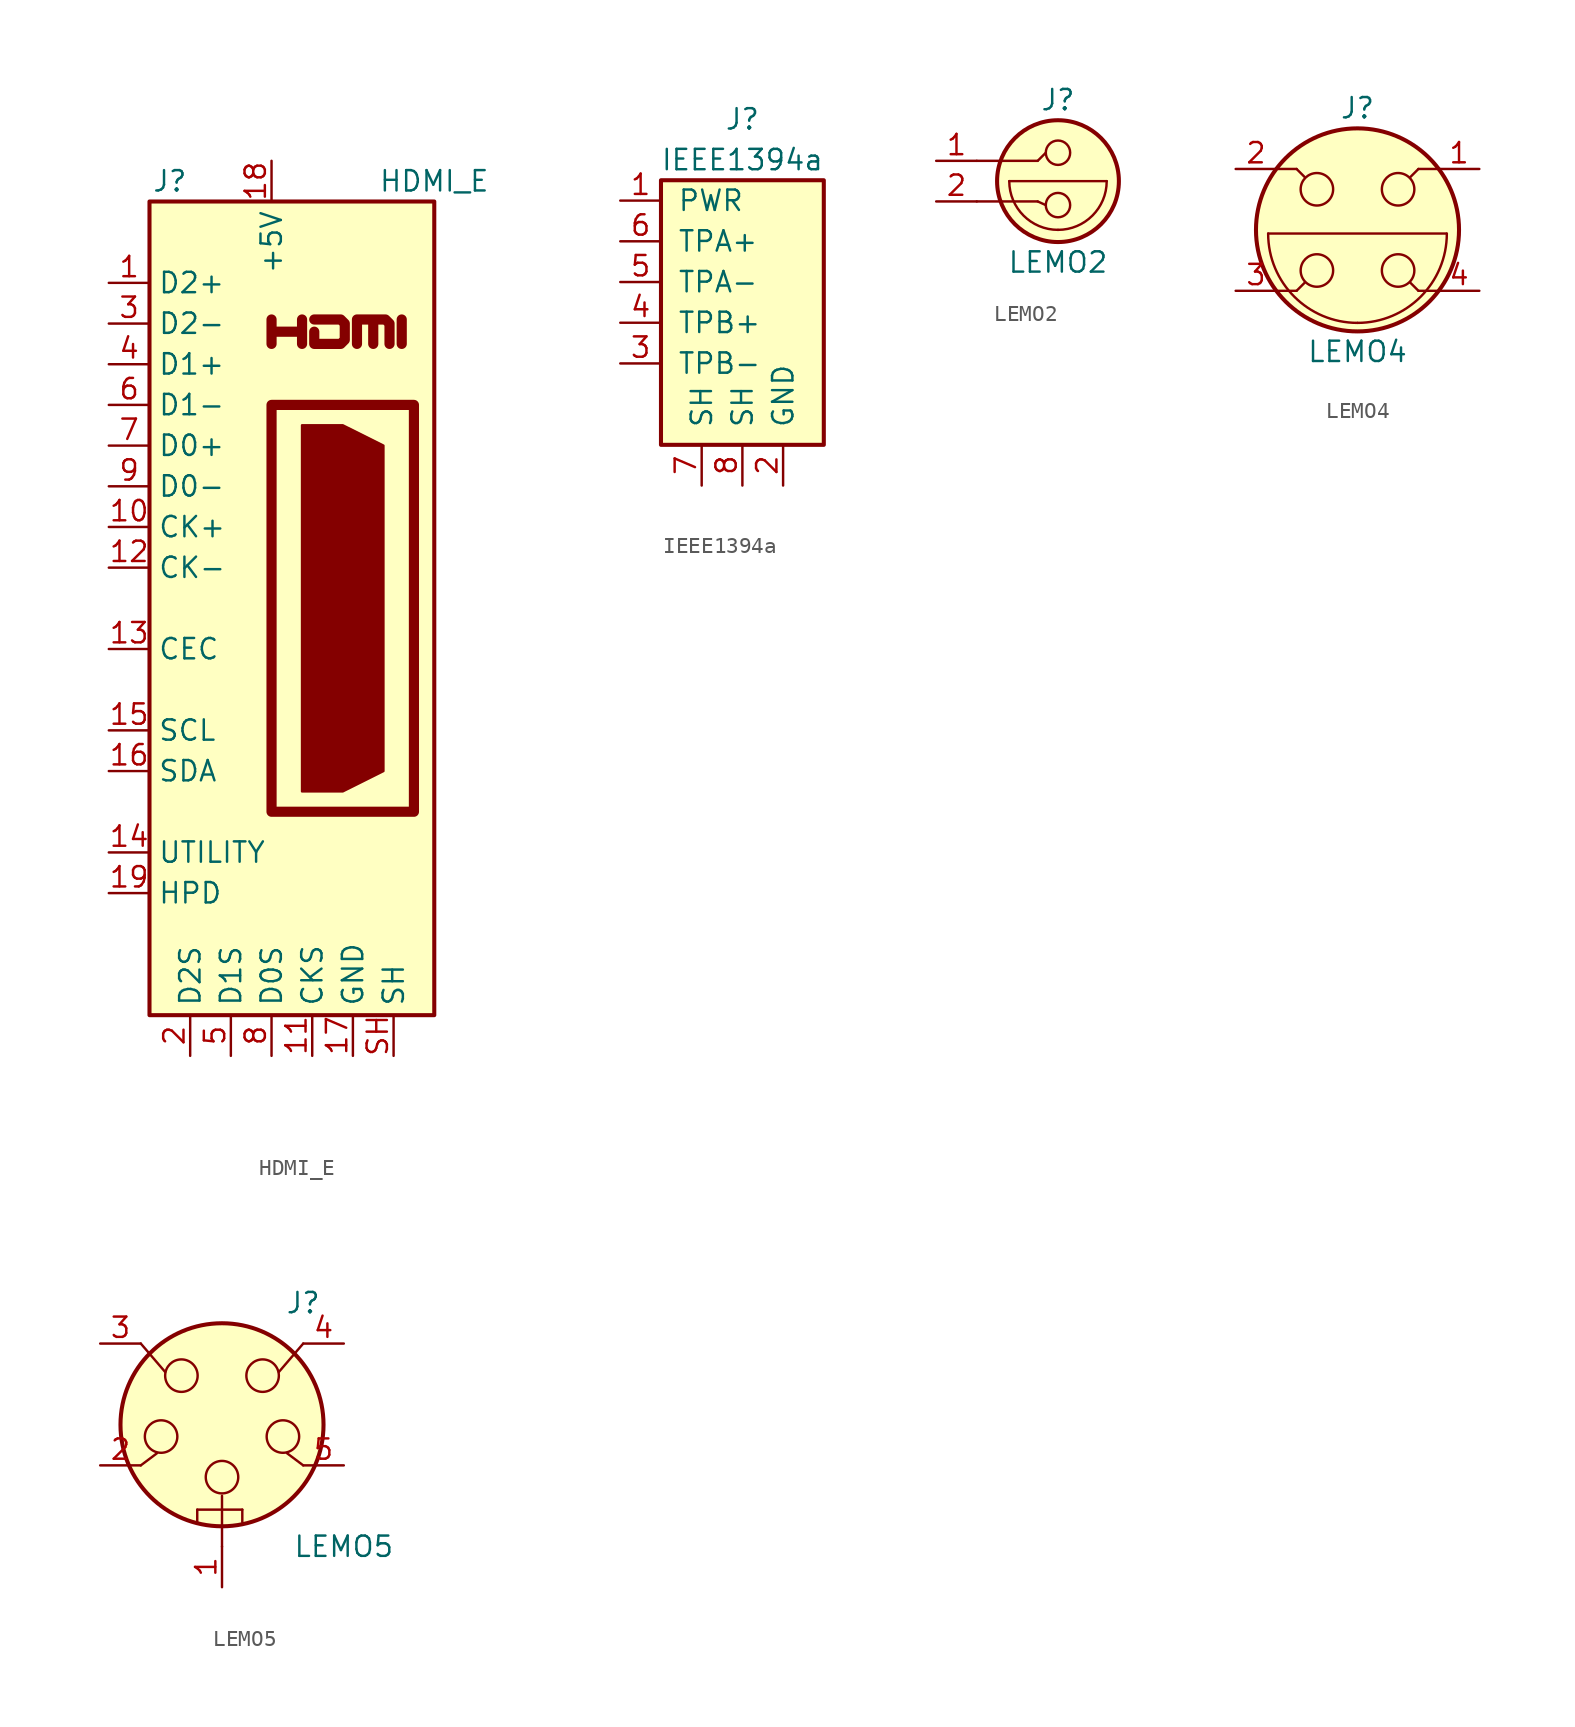
<source format=kicad_sym>
(kicad_symbol_lib
  (version 20211014)
  (generator kicad_symbol_editor)
  (symbol "HDMI_E"
    (property "Reference" "J"
      (at -6.35 26.67 0)
      (effects (font (size 1.27 1.27))))
    (property "Value" "HDMI_E"
      (at 10.16 26.67 0)
      (effects (font (size 1.27 1.27))))
    (symbol "HDMI_E_0_0"
      (polyline (pts (xy 8.128 16.51) (xy 8.128 18.034)) (stroke (width 0.635) (type default) (color 0 0 0 0)) (fill (type none)))
      (polyline (pts (xy 0 16.51) (xy 0 18.034) (xy 0 17.272) (xy 1.905 17.272) (xy 1.905 18.034) (xy 1.905 16.51)) (stroke (width 0.635) (type default) (color 0 0 0 0)) (fill (type none)))
      (polyline (pts (xy 2.667 18.034) (xy 4.318 18.034) (xy 4.572 17.78) (xy 4.572 16.764) (xy 4.318 16.51) (xy 2.667 16.51) (xy 2.667 17.272)) (stroke (width 0.635) (type default) (color 0 0 0 0)) (fill (type none))))
    (symbol "HDMI_E_0_1"
      (rectangle (start -7.62 25.4) (end 10.16 -25.4) (stroke (width 0.254) (type default) (color 0 0 0 0)) (fill (type background)))
      (polyline (pts (xy 1.905 11.43) (xy 4.445 11.43) (xy 6.985 10.16) (xy 6.985 -10.16) (xy 4.445 -11.43) (xy 1.905 -11.43) (xy 1.905 11.43)) (stroke (width 0) (type default) (color 0 0 0 0)) (fill (type outline)))
      (polyline (pts (xy 5.334 16.51) (xy 5.334 18.034) (xy 6.35 18.034) (xy 6.35 16.51) (xy 6.35 18.034) (xy 7.112 18.034) (xy 7.366 17.78) (xy 7.366 16.51)) (stroke (width 0.635) (type default) (color 0 0 0 0)) (fill (type none)))
      (rectangle (start 0 12.7) (end 8.89 -12.7) (stroke (width 0.635) (type default) (color 0 0 0 0)) (fill (type none))))
    (symbol "HDMI_E_1_1"
      (pin passive line (at -10.16 20.32 0) (length 2.54) (name "D2+" (effects (font (size 1.27 1.27)))) (number "1" (effects (font (size 1.27 1.27)))))
      (pin passive line (at -10.16 5.08 0) (length 2.54) (name "CK+" (effects (font (size 1.27 1.27)))) (number "10" (effects (font (size 1.27 1.27)))))
      (pin power_in line (at 2.54 -27.94 90) (length 2.54) (name "CKS" (effects (font (size 1.27 1.27)))) (number "11" (effects (font (size 1.27 1.27)))))
      (pin passive line (at -10.16 2.54 0) (length 2.54) (name "CK-" (effects (font (size 1.27 1.27)))) (number "12" (effects (font (size 1.27 1.27)))))
      (pin bidirectional line (at -10.16 -2.54 0) (length 2.54) (name "CEC" (effects (font (size 1.27 1.27)))) (number "13" (effects (font (size 1.27 1.27)))))
      (pin passive line (at -10.16 -15.24 0) (length 2.54) (name "UTILITY" (effects (font (size 1.27 1.27)))) (number "14" (effects (font (size 1.27 1.27)))))
      (pin passive line (at -10.16 -7.62 0) (length 2.54) (name "SCL" (effects (font (size 1.27 1.27)))) (number "15" (effects (font (size 1.27 1.27)))))
      (pin bidirectional line (at -10.16 -10.16 0) (length 2.54) (name "SDA" (effects (font (size 1.27 1.27)))) (number "16" (effects (font (size 1.27 1.27)))))
      (pin power_in line (at 5.08 -27.94 90) (length 2.54) (name "GND" (effects (font (size 1.27 1.27)))) (number "17" (effects (font (size 1.27 1.27)))))
      (pin power_in line (at 0 27.94 270) (length 2.54) (name "+5V" (effects (font (size 1.27 1.27)))) (number "18" (effects (font (size 1.27 1.27)))))
      (pin passive line (at -10.16 -17.78 0) (length 2.54) (name "HPD" (effects (font (size 1.27 1.27)))) (number "19" (effects (font (size 1.27 1.27)))))
      (pin power_in line (at -5.08 -27.94 90) (length 2.54) (name "D2S" (effects (font (size 1.27 1.27)))) (number "2" (effects (font (size 1.27 1.27)))))
      (pin passive line (at -10.16 17.78 0) (length 2.54) (name "D2-" (effects (font (size 1.27 1.27)))) (number "3" (effects (font (size 1.27 1.27)))))
      (pin passive line (at -10.16 15.24 0) (length 2.54) (name "D1+" (effects (font (size 1.27 1.27)))) (number "4" (effects (font (size 1.27 1.27)))))
      (pin power_in line (at -2.54 -27.94 90) (length 2.54) (name "D1S" (effects (font (size 1.27 1.27)))) (number "5" (effects (font (size 1.27 1.27)))))
      (pin passive line (at -10.16 12.7 0) (length 2.54) (name "D1-" (effects (font (size 1.27 1.27)))) (number "6" (effects (font (size 1.27 1.27)))))
      (pin passive line (at -10.16 10.16 0) (length 2.54) (name "D0+" (effects (font (size 1.27 1.27)))) (number "7" (effects (font (size 1.27 1.27)))))
      (pin power_in line (at 0 -27.94 90) (length 2.54) (name "D0S" (effects (font (size 1.27 1.27)))) (number "8" (effects (font (size 1.27 1.27)))))
      (pin passive line (at -10.16 7.62 0) (length 2.54) (name "D0-" (effects (font (size 1.27 1.27)))) (number "9" (effects (font (size 1.27 1.27)))))
      (pin passive line (at 7.62 -27.94 90) (length 2.54) (name "SH" (effects (font (size 1.27 1.27)))) (number "SH" (effects (font (size 1.27 1.27)))))))
  (symbol "IEEE1394a"
    (pin_names
      (offset 1.016))
    (property "Reference" "J"
      (at 0 12.7 0)
      (effects (font (size 1.27 1.27))))
    (property "Value" "IEEE1394a"
      (at 0 10.16 0)
      (effects (font (size 1.27 1.27))))
    (symbol "IEEE1394a_0_1"
      (rectangle (start -5.08 8.89) (end 5.08 -7.62) (stroke (width 0.254) (type default) (color 0 0 0 0)) (fill (type background))))
    (symbol "IEEE1394a_1_1"
      (pin power_in line (at -7.62 7.62 0) (length 2.54) (name "PWR" (effects (font (size 1.27 1.27)))) (number "1" (effects (font (size 1.27 1.27)))))
      (pin power_in line (at 2.54 -10.16 90) (length 2.54) (name "GND" (effects (font (size 1.27 1.27)))) (number "2" (effects (font (size 1.27 1.27)))))
      (pin bidirectional line (at -7.62 -2.54 0) (length 2.54) (name "TPB-" (effects (font (size 1.27 1.27)))) (number "3" (effects (font (size 1.27 1.27)))))
      (pin bidirectional line (at -7.62 0 0) (length 2.54) (name "TPB+" (effects (font (size 1.27 1.27)))) (number "4" (effects (font (size 1.27 1.27)))))
      (pin bidirectional line (at -7.62 2.54 0) (length 2.54) (name "TPA-" (effects (font (size 1.27 1.27)))) (number "5" (effects (font (size 1.27 1.27)))))
      (pin bidirectional line (at -7.62 5.08 0) (length 2.54) (name "TPA+" (effects (font (size 1.27 1.27)))) (number "6" (effects (font (size 1.27 1.27)))))
      (pin passive line (at -2.54 -10.16 90) (length 2.54) (name "SH" (effects (font (size 1.27 1.27)))) (number "7" (effects (font (size 1.27 1.27)))))
      (pin passive line (at 0 -10.16 90) (length 2.54) (name "SH" (effects (font (size 1.27 1.27)))) (number "8" (effects (font (size 1.27 1.27)))))))
  (symbol "LEMO2"
    (pin_names
      (offset 1.016) hide)
    (property "Reference" "J"
      (at 0 6.35 0)
      (effects (font (size 1.27 1.27))))
    (property "Value" "LEMO2"
      (at 0 -3.81 0)
      (effects (font (size 1.27 1.27))))
    (symbol "LEMO2_0_1"
      (arc (start -3.048 1.27) (mid -2.1553 -0.8853) (end 0 -1.778) (stroke (width 0) (type default) (color 0 0 0 0)) (fill (type none)))
      (arc (start 0 -1.778) (mid 2.1553 -0.8853) (end 3.048 1.27) (stroke (width 0) (type default) (color 0 0 0 0)) (fill (type none)))
      (circle (center 0 -0.229) (radius 0.762) (stroke (width 0) (type default) (color 0 0 0 0)) (fill (type none)))
      (polyline (pts (xy -5.08 0) (xy -1.27 0)) (stroke (width 0) (type default) (color 0 0 0 0)) (fill (type none)))
      (polyline (pts (xy -5.08 2.54) (xy -1.27 2.54)) (stroke (width 0) (type default) (color 0 0 0 0)) (fill (type none)))
      (polyline (pts (xy -3.048 1.27) (xy 3.048 1.27)) (stroke (width 0) (type default) (color 0 0 0 0)) (fill (type none)))
      (polyline (pts (xy -1.27 2.54) (xy -0.762 3.048)) (stroke (width 0) (type default) (color 0 0 0 0)) (fill (type none)))
      (polyline (pts (xy -0.762 -0.229) (xy -1.27 0)) (stroke (width 0) (type default) (color 0 0 0 0)) (fill (type none)))
      (circle (center 0 1.27) (radius 3.81) (stroke (width 0.254) (type default) (color 0 0 0 0)) (fill (type background)))
      (circle (center 0 3.048) (radius 0.762) (stroke (width 0) (type default) (color 0 0 0 0)) (fill (type none))))
    (symbol "LEMO2_1_1"
      (pin passive line (at -7.62 2.54 0) (length 2.54) (name "~" (effects (font (size 1.27 1.27)))) (number "1" (effects (font (size 1.27 1.27)))))
      (pin passive line (at -7.62 0 0) (length 2.54) (name "~" (effects (font (size 1.27 1.27)))) (number "2" (effects (font (size 1.27 1.27)))))))
  (symbol "LEMO4"
    (pin_names
      (offset 1.016) hide)
    (property "Reference" "J"
      (at 0 7.62 0)
      (effects (font (size 1.27 1.27))))
    (property "Value" "LEMO4"
      (at 0 -7.62 0)
      (effects (font (size 1.27 1.27))))
    (symbol "LEMO4_0_1"
      (arc (start -5.588 -0.2286) (mid -3.9513 -4.1799) (end 0 -5.8166) (stroke (width 0) (type default) (color 0 0 0 0)) (fill (type none)))
      (circle (center -2.54 -2.54) (radius 1.016) (stroke (width 0) (type default) (color 0 0 0 0)) (fill (type none)))
      (circle (center -2.54 2.54) (radius 1.016) (stroke (width 0) (type default) (color 0 0 0 0)) (fill (type none)))
      (arc (start 0 -5.8166) (mid 3.9513 -4.1799) (end 5.588 -0.2286) (stroke (width 0) (type default) (color 0 0 0 0)) (fill (type none)))
      (polyline (pts (xy -5.588 -0.229) (xy 5.563 -0.229)) (stroke (width 0) (type default) (color 0 0 0 0)) (fill (type none)))
      (polyline (pts (xy -5.08 -3.81) (xy -3.81 -3.81)) (stroke (width 0) (type default) (color 0 0 0 0)) (fill (type none)))
      (polyline (pts (xy -3.81 -3.81) (xy -3.302 -3.302)) (stroke (width 0) (type default) (color 0 0 0 0)) (fill (type none)))
      (polyline (pts (xy -3.81 3.81) (xy -5.08 3.81)) (stroke (width 0) (type default) (color 0 0 0 0)) (fill (type none)))
      (polyline (pts (xy -3.81 3.81) (xy -3.302 3.302)) (stroke (width 0) (type default) (color 0 0 0 0)) (fill (type none)))
      (polyline (pts (xy 3.81 -3.81) (xy 3.302 -3.302)) (stroke (width 0) (type default) (color 0 0 0 0)) (fill (type none)))
      (polyline (pts (xy 3.81 3.81) (xy 3.302 3.302)) (stroke (width 0) (type default) (color 0 0 0 0)) (fill (type none)))
      (polyline (pts (xy 5.08 -3.81) (xy 3.81 -3.81)) (stroke (width 0) (type default) (color 0 0 0 0)) (fill (type none)))
      (polyline (pts (xy 5.08 3.81) (xy 3.81 3.81)) (stroke (width 0) (type default) (color 0 0 0 0)) (fill (type none)))
      (circle (center 0 0) (radius 6.35) (stroke (width 0.254) (type default) (color 0 0 0 0)) (fill (type background)))
      (circle (center 2.54 -2.54) (radius 1.016) (stroke (width 0) (type default) (color 0 0 0 0)) (fill (type none)))
      (circle (center 2.54 2.54) (radius 1.016) (stroke (width 0) (type default) (color 0 0 0 0)) (fill (type none))))
    (symbol "LEMO4_1_1"
      (pin passive line (at 7.62 3.81 180) (length 2.54) (name "~" (effects (font (size 1.27 1.27)))) (number "1" (effects (font (size 1.27 1.27)))))
      (pin passive line (at -7.62 3.81 0) (length 2.54) (name "~" (effects (font (size 1.27 1.27)))) (number "2" (effects (font (size 1.27 1.27)))))
      (pin passive line (at -7.62 -3.81 0) (length 2.54) (name "~" (effects (font (size 1.27 1.27)))) (number "3" (effects (font (size 1.27 1.27)))))
      (pin passive line (at 7.62 -3.81 180) (length 2.54) (name "~" (effects (font (size 1.27 1.27)))) (number "4" (effects (font (size 1.27 1.27)))))))
  (symbol "LEMO5"
    (pin_names
      (offset 1.016) hide)
    (property "Reference" "J"
      (at 5.08 7.62 0)
      (effects (font (size 1.27 1.27))))
    (property "Value" "LEMO5"
      (at 7.62 -7.62 0)
      (effects (font (size 1.27 1.27))))
    (symbol "LEMO5_0_1"
      (circle (center -3.81 -0.737) (radius 1.016) (stroke (width 0) (type default) (color 0 0 0 0)) (fill (type none)))
      (circle (center -2.54 3.073) (radius 1.016) (stroke (width 0) (type default) (color 0 0 0 0)) (fill (type none)))
      (circle (center 0 -3.277) (radius 1.016) (stroke (width 0) (type default) (color 0 0 0 0)) (fill (type none)))
      (polyline (pts (xy -5.08 -2.54) (xy -4.064 -1.778)) (stroke (width 0) (type default) (color 0 0 0 0)) (fill (type none)))
      (polyline (pts (xy -5.08 5.08) (xy -3.556 3.302)) (stroke (width 0) (type default) (color 0 0 0 0)) (fill (type none)))
      (polyline (pts (xy -1.549 -6.096) (xy -1.549 -5.309)) (stroke (width 0) (type default) (color 0 0 0 0)) (fill (type none)))
      (polyline (pts (xy -1.549 -5.309) (xy 1.27 -5.309)) (stroke (width 0) (type default) (color 0 0 0 0)) (fill (type none)))
      (polyline (pts (xy 0 -7.62) (xy 0 -4.445)) (stroke (width 0) (type default) (color 0 0 0 0)) (fill (type none)))
      (polyline (pts (xy 1.27 -5.309) (xy 1.27 -6.096)) (stroke (width 0) (type default) (color 0 0 0 0)) (fill (type none)))
      (polyline (pts (xy 5.08 -2.54) (xy 4.064 -1.778)) (stroke (width 0) (type default) (color 0 0 0 0)) (fill (type none)))
      (polyline (pts (xy 5.08 5.08) (xy 3.556 3.302)) (stroke (width 0) (type default) (color 0 0 0 0)) (fill (type none)))
      (circle (center 0 0) (radius 6.35) (stroke (width 0.254) (type default) (color 0 0 0 0)) (fill (type background)))
      (circle (center 2.54 3.073) (radius 1.016) (stroke (width 0) (type default) (color 0 0 0 0)) (fill (type none)))
      (circle (center 3.81 -0.737) (radius 1.016) (stroke (width 0) (type default) (color 0 0 0 0)) (fill (type none))))
    (symbol "LEMO5_1_1"
      (pin passive line (at 0 -10.16 90) (length 2.54) (name "~" (effects (font (size 1.27 1.27)))) (number "1" (effects (font (size 1.27 1.27)))))
      (pin passive line (at -7.62 -2.54 0) (length 2.54) (name "~" (effects (font (size 1.27 1.27)))) (number "2" (effects (font (size 1.27 1.27)))))
      (pin passive line (at -7.62 5.08 0) (length 2.54) (name "~" (effects (font (size 1.27 1.27)))) (number "3" (effects (font (size 1.27 1.27)))))
      (pin passive line (at 7.62 5.08 180) (length 2.54) (name "~" (effects (font (size 1.27 1.27)))) (number "4" (effects (font (size 1.27 1.27)))))
      (pin passive line (at 7.62 -2.54 180) (length 2.54) (name "~" (effects (font (size 1.27 1.27)))) (number "5" (effects (font (size 1.27 1.27))))))))
</source>
